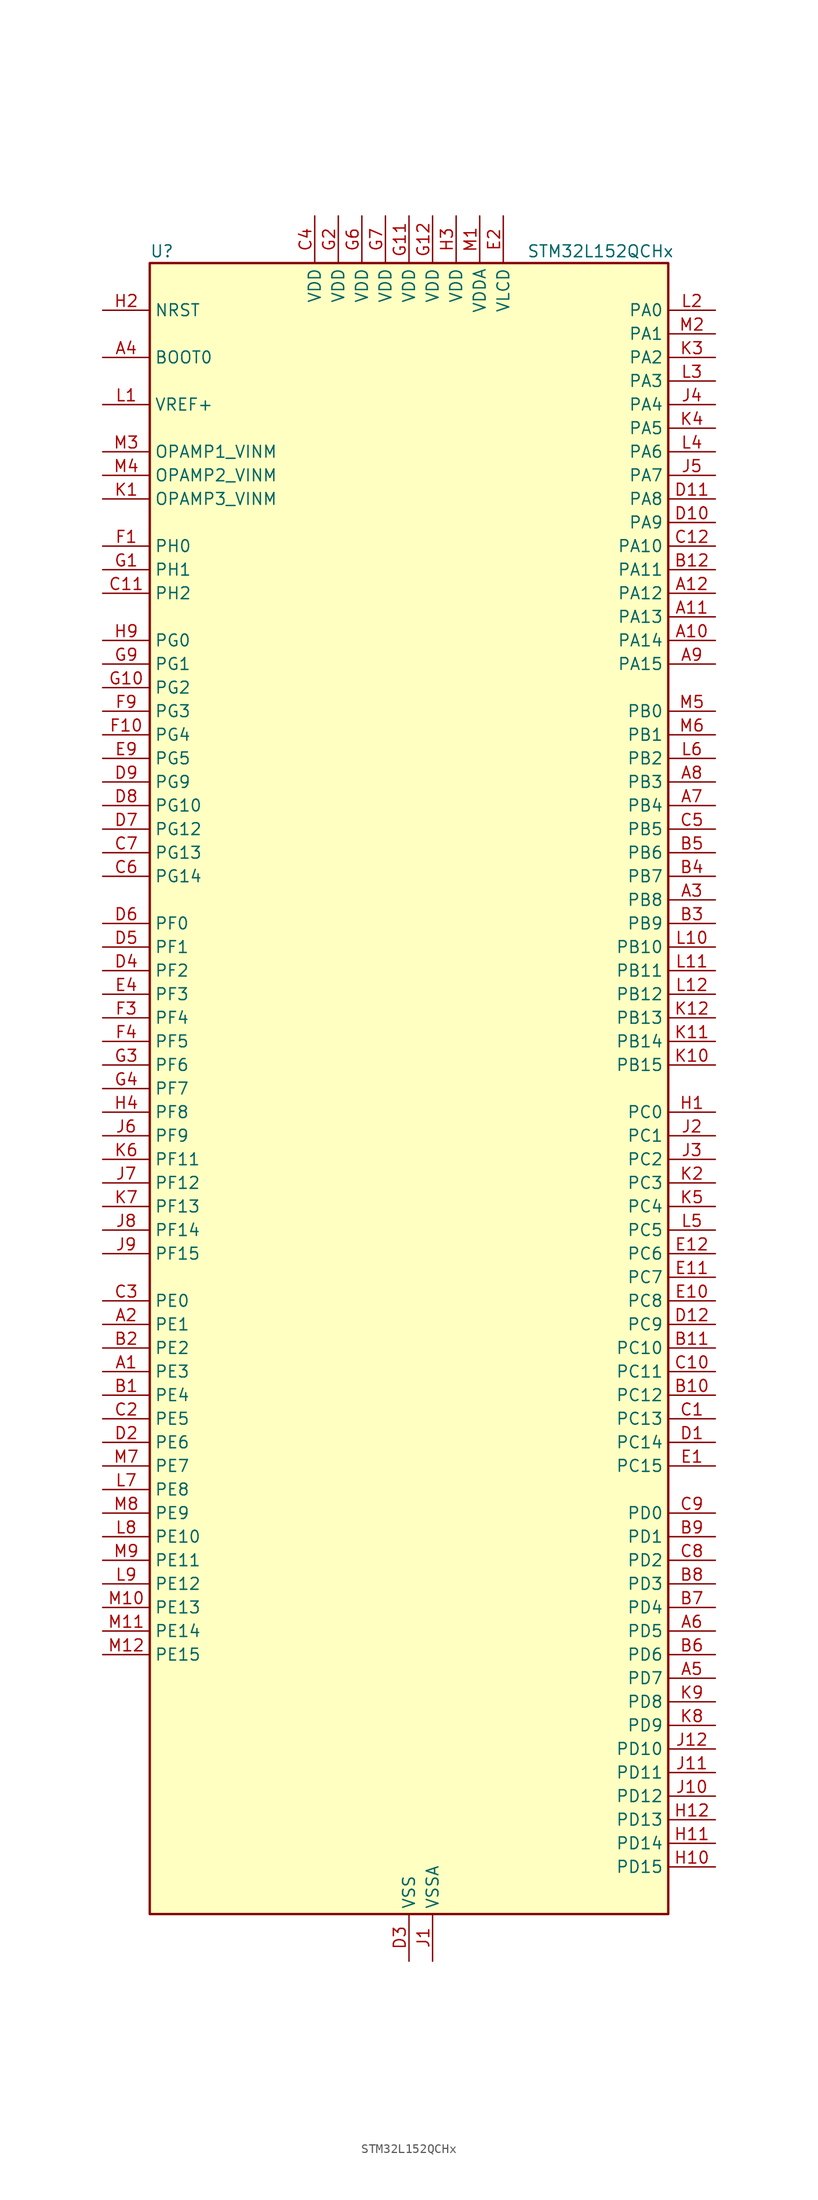
<source format=kicad_sym>
(kicad_symbol_lib
  (version 20241209)
  (generator "kicad_symbol_editor")
  (generator_version "9.0")
  (symbol "STM32L152QCHx"
    (property "Reference" "U"
      (at -27.94 90.17 0)
      (effects (font (size 1.27 1.27)) (justify left)))
    (property "Value" "STM32L152QCHx"
      (at 12.7 90.17 0)
      (effects (font (size 1.27 1.27)) (justify left)))
    (symbol "STM32L152QCHx_0_1"
      (rectangle (start -27.94 -88.9) (end 27.94 88.9) (stroke (width 0.254) (type default)) (fill (type background))))
    (symbol "STM32L152QCHx_1_1"
      (pin input line (at -33.02 83.82 0) (length 5.08) (name "NRST" (effects (font (size 1.27 1.27)))) (number "H2" (effects (font (size 1.27 1.27)))))
      (pin input line (at -33.02 78.74 0) (length 5.08) (name "BOOT0" (effects (font (size 1.27 1.27)))) (number "A4" (effects (font (size 1.27 1.27)))))
      (pin input line (at -33.02 73.66 0) (length 5.08) (name "VREF+" (effects (font (size 1.27 1.27)))) (number "L1" (effects (font (size 1.27 1.27)))))
      (pin input line (at -33.02 68.58 0) (length 5.08) (name "OPAMP1_VINM" (effects (font (size 1.27 1.27)))) (number "M3" (effects (font (size 1.27 1.27)))) (alternate "OPAMP1_VINM" bidirectional line))
      (pin input line (at -33.02 66.04 0) (length 5.08) (name "OPAMP2_VINM" (effects (font (size 1.27 1.27)))) (number "M4" (effects (font (size 1.27 1.27)))) (alternate "OPAMP2_VINM" bidirectional line))
      (pin input line (at -33.02 63.5 0) (length 5.08) (name "OPAMP3_VINM" (effects (font (size 1.27 1.27)))) (number "K1" (effects (font (size 1.27 1.27)))))
      (pin bidirectional line (at -33.02 58.42 0) (length 5.08) (name "PH0" (effects (font (size 1.27 1.27)))) (number "F1" (effects (font (size 1.27 1.27)))) (alternate "RCC_OSC_IN" bidirectional line))
      (pin bidirectional line (at -33.02 55.88 0) (length 5.08) (name "PH1" (effects (font (size 1.27 1.27)))) (number "G1" (effects (font (size 1.27 1.27)))) (alternate "RCC_OSC_OUT" bidirectional line))
      (pin bidirectional line (at -33.02 53.34 0) (length 5.08) (name "PH2" (effects (font (size 1.27 1.27)))) (number "C11" (effects (font (size 1.27 1.27)))))
      (pin bidirectional line (at -33.02 48.26 0) (length 5.08) (name "PG0" (effects (font (size 1.27 1.27)))) (number "H9" (effects (font (size 1.27 1.27)))) (alternate "ADC_IN8b" bidirectional line) (alternate "TS_G2_IO4" bidirectional line))
      (pin bidirectional line (at -33.02 45.72 0) (length 5.08) (name "PG1" (effects (font (size 1.27 1.27)))) (number "G9" (effects (font (size 1.27 1.27)))) (alternate "ADC_IN9b" bidirectional line) (alternate "TS_G2_IO5" bidirectional line))
      (pin bidirectional line (at -33.02 43.18 0) (length 5.08) (name "PG2" (effects (font (size 1.27 1.27)))) (number "G10" (effects (font (size 1.27 1.27)))) (alternate "ADC_IN10b" bidirectional line) (alternate "TS_G7_IO5" bidirectional line))
      (pin bidirectional line (at -33.02 40.64 0) (length 5.08) (name "PG3" (effects (font (size 1.27 1.27)))) (number "F9" (effects (font (size 1.27 1.27)))) (alternate "ADC_IN11b" bidirectional line) (alternate "TS_G7_IO6" bidirectional line))
      (pin bidirectional line (at -33.02 38.1 0) (length 5.08) (name "PG4" (effects (font (size 1.27 1.27)))) (number "F10" (effects (font (size 1.27 1.27)))) (alternate "ADC_IN12b" bidirectional line) (alternate "TS_G7_IO7" bidirectional line))
      (pin bidirectional line (at -33.02 35.56 0) (length 5.08) (name "PG5" (effects (font (size 1.27 1.27)))) (number "E9" (effects (font (size 1.27 1.27)))))
      (pin bidirectional line (at -33.02 33.02 0) (length 5.08) (name "PG9" (effects (font (size 1.27 1.27)))) (number "D9" (effects (font (size 1.27 1.27)))) (alternate "DAC_EXTI9" bidirectional line))
      (pin bidirectional line (at -33.02 30.48 0) (length 5.08) (name "PG10" (effects (font (size 1.27 1.27)))) (number "D8" (effects (font (size 1.27 1.27)))))
      (pin bidirectional line (at -33.02 27.94 0) (length 5.08) (name "PG12" (effects (font (size 1.27 1.27)))) (number "D7" (effects (font (size 1.27 1.27)))))
      (pin bidirectional line (at -33.02 25.4 0) (length 5.08) (name "PG13" (effects (font (size 1.27 1.27)))) (number "C7" (effects (font (size 1.27 1.27)))))
      (pin bidirectional line (at -33.02 22.86 0) (length 5.08) (name "PG14" (effects (font (size 1.27 1.27)))) (number "C6" (effects (font (size 1.27 1.27)))))
      (pin bidirectional line (at -33.02 17.78 0) (length 5.08) (name "PF0" (effects (font (size 1.27 1.27)))) (number "D6" (effects (font (size 1.27 1.27)))))
      (pin bidirectional line (at -33.02 15.24 0) (length 5.08) (name "PF1" (effects (font (size 1.27 1.27)))) (number "D5" (effects (font (size 1.27 1.27)))))
      (pin bidirectional line (at -33.02 12.7 0) (length 5.08) (name "PF2" (effects (font (size 1.27 1.27)))) (number "D4" (effects (font (size 1.27 1.27)))))
      (pin bidirectional line (at -33.02 10.16 0) (length 5.08) (name "PF3" (effects (font (size 1.27 1.27)))) (number "E4" (effects (font (size 1.27 1.27)))))
      (pin bidirectional line (at -33.02 7.62 0) (length 5.08) (name "PF4" (effects (font (size 1.27 1.27)))) (number "F3" (effects (font (size 1.27 1.27)))))
      (pin bidirectional line (at -33.02 5.08 0) (length 5.08) (name "PF5" (effects (font (size 1.27 1.27)))) (number "F4" (effects (font (size 1.27 1.27)))))
      (pin bidirectional line (at -33.02 2.54 0) (length 5.08) (name "PF6" (effects (font (size 1.27 1.27)))) (number "G3" (effects (font (size 1.27 1.27)))) (alternate "ADC_IN27" bidirectional line) (alternate "TIM5_CH1" bidirectional line) (alternate "TIM5_ETR" bidirectional line) (alternate "TS_G11_IO1" bidirectional line))
      (pin bidirectional line (at -33.02 0 0) (length 5.08) (name "PF7" (effects (font (size 1.27 1.27)))) (number "G4" (effects (font (size 1.27 1.27)))) (alternate "ADC_IN28" bidirectional line) (alternate "COMP1_INP" bidirectional line) (alternate "TIM5_CH2" bidirectional line) (alternate "TS_G11_IO2" bidirectional line))
      (pin bidirectional line (at -33.02 -2.54 0) (length 5.08) (name "PF8" (effects (font (size 1.27 1.27)))) (number "H4" (effects (font (size 1.27 1.27)))) (alternate "ADC_IN29" bidirectional line) (alternate "COMP1_INP" bidirectional line) (alternate "TIM5_CH3" bidirectional line) (alternate "TS_G11_IO3" bidirectional line))
      (pin bidirectional line (at -33.02 -5.08 0) (length 5.08) (name "PF9" (effects (font (size 1.27 1.27)))) (number "J6" (effects (font (size 1.27 1.27)))) (alternate "ADC_IN30" bidirectional line) (alternate "COMP1_INP" bidirectional line) (alternate "DAC_EXTI9" bidirectional line) (alternate "TIM5_CH4" bidirectional line) (alternate "TS_G11_IO4" bidirectional line))
      (pin bidirectional line (at -33.02 -7.62 0) (length 5.08) (name "PF11" (effects (font (size 1.27 1.27)))) (number "K6" (effects (font (size 1.27 1.27)))) (alternate "ADC_EXTI11" bidirectional line) (alternate "ADC_IN1b" bidirectional line) (alternate "TS_G3_IO4" bidirectional line))
      (pin bidirectional line (at -33.02 -10.16 0) (length 5.08) (name "PF12" (effects (font (size 1.27 1.27)))) (number "J7" (effects (font (size 1.27 1.27)))) (alternate "ADC_IN2b" bidirectional line) (alternate "TS_G3_IO5" bidirectional line))
      (pin bidirectional line (at -33.02 -12.7 0) (length 5.08) (name "PF13" (effects (font (size 1.27 1.27)))) (number "K7" (effects (font (size 1.27 1.27)))) (alternate "ADC_IN3b" bidirectional line) (alternate "TS_G9_IO3" bidirectional line))
      (pin bidirectional line (at -33.02 -15.24 0) (length 5.08) (name "PF14" (effects (font (size 1.27 1.27)))) (number "J8" (effects (font (size 1.27 1.27)))) (alternate "ADC_IN6b" bidirectional line) (alternate "TS_G9_IO4" bidirectional line))
      (pin bidirectional line (at -33.02 -17.78 0) (length 5.08) (name "PF15" (effects (font (size 1.27 1.27)))) (number "J9" (effects (font (size 1.27 1.27)))) (alternate "ADC_EXTI15" bidirectional line) (alternate "ADC_IN7b" bidirectional line) (alternate "TS_G2_IO3" bidirectional line))
      (pin bidirectional line (at -33.02 -22.86 0) (length 5.08) (name "PE0" (effects (font (size 1.27 1.27)))) (number "C3" (effects (font (size 1.27 1.27)))) (alternate "LCD_SEG36" bidirectional line) (alternate "TIM10_CH1" bidirectional line) (alternate "TIM4_ETR" bidirectional line) (alternate "TIMX_IC1" bidirectional line))
      (pin bidirectional line (at -33.02 -25.4 0) (length 5.08) (name "PE1" (effects (font (size 1.27 1.27)))) (number "A2" (effects (font (size 1.27 1.27)))) (alternate "LCD_SEG37" bidirectional line) (alternate "TIM11_CH1" bidirectional line) (alternate "TIMX_IC2" bidirectional line))
      (pin bidirectional line (at -33.02 -27.94 0) (length 5.08) (name "PE2" (effects (font (size 1.27 1.27)))) (number "B2" (effects (font (size 1.27 1.27)))) (alternate "LCD_SEG38" bidirectional line) (alternate "SYS_TRACECK" bidirectional line) (alternate "TIM3_ETR" bidirectional line) (alternate "TIMX_IC3" bidirectional line))
      (pin bidirectional line (at -33.02 -30.48 0) (length 5.08) (name "PE3" (effects (font (size 1.27 1.27)))) (number "A1" (effects (font (size 1.27 1.27)))) (alternate "LCD_SEG39" bidirectional line) (alternate "SYS_TRACED0" bidirectional line) (alternate "TIM3_CH1" bidirectional line) (alternate "TIMX_IC4" bidirectional line))
      (pin bidirectional line (at -33.02 -33.02 0) (length 5.08) (name "PE4" (effects (font (size 1.27 1.27)))) (number "B1" (effects (font (size 1.27 1.27)))) (alternate "SYS_TRACED1" bidirectional line) (alternate "TIM3_CH2" bidirectional line) (alternate "TIMX_IC1" bidirectional line))
      (pin bidirectional line (at -33.02 -35.56 0) (length 5.08) (name "PE5" (effects (font (size 1.27 1.27)))) (number "C2" (effects (font (size 1.27 1.27)))) (alternate "SYS_TRACED2" bidirectional line) (alternate "TIM9_CH1" bidirectional line) (alternate "TIMX_IC2" bidirectional line))
      (pin bidirectional line (at -33.02 -38.1 0) (length 5.08) (name "PE6" (effects (font (size 1.27 1.27)))) (number "D2" (effects (font (size 1.27 1.27)))) (alternate "RTC_TAMP3" bidirectional line) (alternate "SYS_TRACED3" bidirectional line) (alternate "SYS_WKUP3" bidirectional line) (alternate "TIM9_CH2" bidirectional line) (alternate "TIMX_IC3" bidirectional line))
      (pin bidirectional line (at -33.02 -40.64 0) (length 5.08) (name "PE7" (effects (font (size 1.27 1.27)))) (number "M7" (effects (font (size 1.27 1.27)))) (alternate "ADC_IN22" bidirectional line) (alternate "COMP1_INP" bidirectional line) (alternate "TIMX_IC4" bidirectional line))
      (pin bidirectional line (at -33.02 -43.18 0) (length 5.08) (name "PE8" (effects (font (size 1.27 1.27)))) (number "L7" (effects (font (size 1.27 1.27)))) (alternate "ADC_IN23" bidirectional line) (alternate "COMP1_INP" bidirectional line) (alternate "TIMX_IC1" bidirectional line))
      (pin bidirectional line (at -33.02 -45.72 0) (length 5.08) (name "PE9" (effects (font (size 1.27 1.27)))) (number "M8" (effects (font (size 1.27 1.27)))) (alternate "ADC_IN24" bidirectional line) (alternate "COMP1_INP" bidirectional line) (alternate "DAC_EXTI9" bidirectional line) (alternate "TIM2_CH1" bidirectional line) (alternate "TIM2_ETR" bidirectional line) (alternate "TIMX_IC2" bidirectional line))
      (pin bidirectional line (at -33.02 -48.26 0) (length 5.08) (name "PE10" (effects (font (size 1.27 1.27)))) (number "L8" (effects (font (size 1.27 1.27)))) (alternate "ADC_IN25" bidirectional line) (alternate "COMP1_INP" bidirectional line) (alternate "TIM2_CH2" bidirectional line) (alternate "TIMX_IC3" bidirectional line))
      (pin bidirectional line (at -33.02 -50.8 0) (length 5.08) (name "PE11" (effects (font (size 1.27 1.27)))) (number "M9" (effects (font (size 1.27 1.27)))) (alternate "ADC_EXTI11" bidirectional line) (alternate "TIM2_CH3" bidirectional line) (alternate "TIMX_IC4" bidirectional line))
      (pin bidirectional line (at -33.02 -53.34 0) (length 5.08) (name "PE12" (effects (font (size 1.27 1.27)))) (number "L9" (effects (font (size 1.27 1.27)))) (alternate "SPI1_NSS" bidirectional line) (alternate "TIM2_CH4" bidirectional line) (alternate "TIMX_IC1" bidirectional line))
      (pin bidirectional line (at -33.02 -55.88 0) (length 5.08) (name "PE13" (effects (font (size 1.27 1.27)))) (number "M10" (effects (font (size 1.27 1.27)))) (alternate "SPI1_SCK" bidirectional line) (alternate "TIMX_IC2" bidirectional line))
      (pin bidirectional line (at -33.02 -58.42 0) (length 5.08) (name "PE14" (effects (font (size 1.27 1.27)))) (number "M11" (effects (font (size 1.27 1.27)))) (alternate "SPI1_MISO" bidirectional line) (alternate "TIMX_IC3" bidirectional line))
      (pin bidirectional line (at -33.02 -60.96 0) (length 5.08) (name "PE15" (effects (font (size 1.27 1.27)))) (number "M12" (effects (font (size 1.27 1.27)))) (alternate "ADC_EXTI15" bidirectional line) (alternate "SPI1_MOSI" bidirectional line) (alternate "TIMX_IC4" bidirectional line))
      (pin power_in line (at -10.16 93.98 270) (length 5.08) (name "VDD" (effects (font (size 1.27 1.27)))) (number "C4" (effects (font (size 1.27 1.27)))))
      (pin power_in line (at -7.62 93.98 270) (length 5.08) (name "VDD" (effects (font (size 1.27 1.27)))) (number "G2" (effects (font (size 1.27 1.27)))))
      (pin power_in line (at -5.08 93.98 270) (length 5.08) (name "VDD" (effects (font (size 1.27 1.27)))) (number "G6" (effects (font (size 1.27 1.27)))))
      (pin power_in line (at -2.54 93.98 270) (length 5.08) (name "VDD" (effects (font (size 1.27 1.27)))) (number "G7" (effects (font (size 1.27 1.27)))))
      (pin power_in line (at 0 93.98 270) (length 5.08) (name "VDD" (effects (font (size 1.27 1.27)))) (number "G11" (effects (font (size 1.27 1.27)))))
      (pin power_in line (at 0 -93.98 90) (length 5.08) (name "VSS" (effects (font (size 1.27 1.27)))) (number "D3" (effects (font (size 1.27 1.27)))))
      (pin passive line (at 0 -93.98 90) (length 5.08) (hide yes) (name "VSS" (effects (font (size 1.27 1.27)))) (number "E3" (effects (font (size 1.27 1.27)))))
      (pin passive line (at 0 -93.98 90) (length 5.08) (hide yes) (name "VSS" (effects (font (size 1.27 1.27)))) (number "F11" (effects (font (size 1.27 1.27)))))
      (pin passive line (at 0 -93.98 90) (length 5.08) (hide yes) (name "VSS" (effects (font (size 1.27 1.27)))) (number "F12" (effects (font (size 1.27 1.27)))))
      (pin passive line (at 0 -93.98 90) (length 5.08) (hide yes) (name "VSS" (effects (font (size 1.27 1.27)))) (number "F2" (effects (font (size 1.27 1.27)))))
      (pin passive line (at 0 -93.98 90) (length 5.08) (hide yes) (name "VSS" (effects (font (size 1.27 1.27)))) (number "F6" (effects (font (size 1.27 1.27)))))
      (pin passive line (at 0 -93.98 90) (length 5.08) (hide yes) (name "VSS" (effects (font (size 1.27 1.27)))) (number "F7" (effects (font (size 1.27 1.27)))))
      (pin power_in line (at 2.54 93.98 270) (length 5.08) (name "VDD" (effects (font (size 1.27 1.27)))) (number "G12" (effects (font (size 1.27 1.27)))))
      (pin power_in line (at 2.54 -93.98 90) (length 5.08) (name "VSSA" (effects (font (size 1.27 1.27)))) (number "J1" (effects (font (size 1.27 1.27)))))
      (pin power_in line (at 5.08 93.98 270) (length 5.08) (name "VDD" (effects (font (size 1.27 1.27)))) (number "H3" (effects (font (size 1.27 1.27)))))
      (pin power_in line (at 7.62 93.98 270) (length 5.08) (name "VDDA" (effects (font (size 1.27 1.27)))) (number "M1" (effects (font (size 1.27 1.27)))))
      (pin power_in line (at 10.16 93.98 270) (length 5.08) (name "VLCD" (effects (font (size 1.27 1.27)))) (number "E2" (effects (font (size 1.27 1.27)))))
      (pin bidirectional line (at 33.02 83.82 180) (length 5.08) (name "PA0" (effects (font (size 1.27 1.27)))) (number "L2" (effects (font (size 1.27 1.27)))) (alternate "ADC_IN0" bidirectional line) (alternate "COMP1_INP" bidirectional line) (alternate "RTC_TAMP2" bidirectional line) (alternate "SYS_WKUP1" bidirectional line) (alternate "TIM2_CH1" bidirectional line) (alternate "TIM2_ETR" bidirectional line) (alternate "TIM5_CH1" bidirectional line) (alternate "TIMX_IC1" bidirectional line) (alternate "TS_G1_IO1" bidirectional line) (alternate "USART2_CTS" bidirectional line))
      (pin bidirectional line (at 33.02 81.28 180) (length 5.08) (name "PA1" (effects (font (size 1.27 1.27)))) (number "M2" (effects (font (size 1.27 1.27)))) (alternate "ADC_IN1" bidirectional line) (alternate "COMP1_INP" bidirectional line) (alternate "LCD_SEG0" bidirectional line) (alternate "OPAMP1_VINP" bidirectional line) (alternate "TIM2_CH2" bidirectional line) (alternate "TIM5_CH2" bidirectional line) (alternate "TIMX_IC2" bidirectional line) (alternate "TS_G1_IO2" bidirectional line) (alternate "USART2_RTS" bidirectional line))
      (pin bidirectional line (at 33.02 78.74 180) (length 5.08) (name "PA2" (effects (font (size 1.27 1.27)))) (number "K3" (effects (font (size 1.27 1.27)))) (alternate "ADC_IN2" bidirectional line) (alternate "COMP1_INP" bidirectional line) (alternate "LCD_SEG1" bidirectional line) (alternate "TIM2_CH3" bidirectional line) (alternate "TIM5_CH3" bidirectional line) (alternate "TIM9_CH1" bidirectional line) (alternate "TIMX_IC3" bidirectional line) (alternate "TS_G1_IO3" bidirectional line) (alternate "USART2_TX" bidirectional line))
      (pin bidirectional line (at 33.02 76.2 180) (length 5.08) (name "PA3" (effects (font (size 1.27 1.27)))) (number "L3" (effects (font (size 1.27 1.27)))) (alternate "ADC_IN3" bidirectional line) (alternate "COMP1_INP" bidirectional line) (alternate "LCD_SEG2" bidirectional line) (alternate "OPAMP1_VOUT" bidirectional line) (alternate "TIM2_CH4" bidirectional line) (alternate "TIM5_CH4" bidirectional line) (alternate "TIM9_CH2" bidirectional line) (alternate "TIMX_IC4" bidirectional line) (alternate "TS_G1_IO4" bidirectional line) (alternate "USART2_RX" bidirectional line))
      (pin bidirectional line (at 33.02 73.66 180) (length 5.08) (name "PA4" (effects (font (size 1.27 1.27)))) (number "J4" (effects (font (size 1.27 1.27)))) (alternate "ADC_IN4" bidirectional line) (alternate "COMP1_INP" bidirectional line) (alternate "DAC_OUT1" bidirectional line) (alternate "I2S3_WS" bidirectional line) (alternate "SPI1_NSS" bidirectional line) (alternate "SPI3_NSS" bidirectional line) (alternate "TIMX_IC1" bidirectional line) (alternate "USART2_CK" bidirectional line))
      (pin bidirectional line (at 33.02 71.12 180) (length 5.08) (name "PA5" (effects (font (size 1.27 1.27)))) (number "K4" (effects (font (size 1.27 1.27)))) (alternate "ADC_IN5" bidirectional line) (alternate "COMP1_INP" bidirectional line) (alternate "DAC_OUT2" bidirectional line) (alternate "SPI1_SCK" bidirectional line) (alternate "TIM2_CH1" bidirectional line) (alternate "TIM2_ETR" bidirectional line) (alternate "TIMX_IC2" bidirectional line))
      (pin bidirectional line (at 33.02 68.58 180) (length 5.08) (name "PA6" (effects (font (size 1.27 1.27)))) (number "L4" (effects (font (size 1.27 1.27)))) (alternate "ADC_IN6" bidirectional line) (alternate "COMP1_INP" bidirectional line) (alternate "LCD_SEG3" bidirectional line) (alternate "OPAMP2_VINP" bidirectional line) (alternate "SPI1_MISO" bidirectional line) (alternate "TIM10_CH1" bidirectional line) (alternate "TIM3_CH1" bidirectional line) (alternate "TIMX_IC3" bidirectional line) (alternate "TS_G2_IO1" bidirectional line))
      (pin bidirectional line (at 33.02 66.04 180) (length 5.08) (name "PA7" (effects (font (size 1.27 1.27)))) (number "J5" (effects (font (size 1.27 1.27)))) (alternate "ADC_IN7" bidirectional line) (alternate "COMP1_INP" bidirectional line) (alternate "LCD_SEG4" bidirectional line) (alternate "SPI1_MOSI" bidirectional line) (alternate "TIM11_CH1" bidirectional line) (alternate "TIM3_CH2" bidirectional line) (alternate "TIMX_IC4" bidirectional line) (alternate "TS_G2_IO2" bidirectional line))
      (pin bidirectional line (at 33.02 63.5 180) (length 5.08) (name "PA8" (effects (font (size 1.27 1.27)))) (number "D11" (effects (font (size 1.27 1.27)))) (alternate "LCD_COM0" bidirectional line) (alternate "RCC_MCO" bidirectional line) (alternate "TIMX_IC1" bidirectional line) (alternate "TS_G4_IO1" bidirectional line) (alternate "USART1_CK" bidirectional line))
      (pin bidirectional line (at 33.02 60.96 180) (length 5.08) (name "PA9" (effects (font (size 1.27 1.27)))) (number "D10" (effects (font (size 1.27 1.27)))) (alternate "DAC_EXTI9" bidirectional line) (alternate "LCD_COM1" bidirectional line) (alternate "TIMX_IC2" bidirectional line) (alternate "TS_G4_IO2" bidirectional line) (alternate "USART1_TX" bidirectional line))
      (pin bidirectional line (at 33.02 58.42 180) (length 5.08) (name "PA10" (effects (font (size 1.27 1.27)))) (number "C12" (effects (font (size 1.27 1.27)))) (alternate "LCD_COM2" bidirectional line) (alternate "TIMX_IC3" bidirectional line) (alternate "TS_G4_IO3" bidirectional line) (alternate "USART1_RX" bidirectional line))
      (pin bidirectional line (at 33.02 55.88 180) (length 5.08) (name "PA11" (effects (font (size 1.27 1.27)))) (number "B12" (effects (font (size 1.27 1.27)))) (alternate "ADC_EXTI11" bidirectional line) (alternate "SPI1_MISO" bidirectional line) (alternate "TIMX_IC4" bidirectional line) (alternate "USART1_CTS" bidirectional line) (alternate "USB_DM" bidirectional line))
      (pin bidirectional line (at 33.02 53.34 180) (length 5.08) (name "PA12" (effects (font (size 1.27 1.27)))) (number "A12" (effects (font (size 1.27 1.27)))) (alternate "SPI1_MOSI" bidirectional line) (alternate "TIMX_IC1" bidirectional line) (alternate "USART1_RTS" bidirectional line) (alternate "USB_DP" bidirectional line))
      (pin bidirectional line (at 33.02 50.8 180) (length 5.08) (name "PA13" (effects (font (size 1.27 1.27)))) (number "A11" (effects (font (size 1.27 1.27)))) (alternate "SYS_JTMS-SWDIO" bidirectional line) (alternate "TIMX_IC2" bidirectional line) (alternate "TS_G5_IO1" bidirectional line))
      (pin bidirectional line (at 33.02 48.26 180) (length 5.08) (name "PA14" (effects (font (size 1.27 1.27)))) (number "A10" (effects (font (size 1.27 1.27)))) (alternate "SYS_JTCK-SWCLK" bidirectional line) (alternate "TIMX_IC3" bidirectional line) (alternate "TS_G5_IO2" bidirectional line))
      (pin bidirectional line (at 33.02 45.72 180) (length 5.08) (name "PA15" (effects (font (size 1.27 1.27)))) (number "A9" (effects (font (size 1.27 1.27)))) (alternate "ADC_EXTI15" bidirectional line) (alternate "I2S3_WS" bidirectional line) (alternate "LCD_SEG17" bidirectional line) (alternate "SPI1_NSS" bidirectional line) (alternate "SPI3_NSS" bidirectional line) (alternate "SYS_JTDI" bidirectional line) (alternate "TIM2_CH1" bidirectional line) (alternate "TIM2_ETR" bidirectional line) (alternate "TIMX_IC4" bidirectional line) (alternate "TS_G5_IO3" bidirectional line))
      (pin bidirectional line (at 33.02 40.64 180) (length 5.08) (name "PB0" (effects (font (size 1.27 1.27)))) (number "M5" (effects (font (size 1.27 1.27)))) (alternate "ADC_IN8" bidirectional line) (alternate "COMP1_INP" bidirectional line) (alternate "LCD_SEG5" bidirectional line) (alternate "OPAMP2_VOUT" bidirectional line) (alternate "SYS_V_REF_OUT" bidirectional line) (alternate "TIM3_CH3" bidirectional line) (alternate "TS_G3_IO1" bidirectional line))
      (pin bidirectional line (at 33.02 38.1 180) (length 5.08) (name "PB1" (effects (font (size 1.27 1.27)))) (number "M6" (effects (font (size 1.27 1.27)))) (alternate "ADC_IN9" bidirectional line) (alternate "COMP1_INP" bidirectional line) (alternate "LCD_SEG6" bidirectional line) (alternate "SYS_V_REF_OUT" bidirectional line) (alternate "TIM3_CH4" bidirectional line) (alternate "TS_G3_IO2" bidirectional line))
      (pin bidirectional line (at 33.02 35.56 180) (length 5.08) (name "PB2" (effects (font (size 1.27 1.27)))) (number "L6" (effects (font (size 1.27 1.27)))) (alternate "ADC_IN0b" bidirectional line) (alternate "TS_G3_IO3" bidirectional line))
      (pin bidirectional line (at 33.02 33.02 180) (length 5.08) (name "PB3" (effects (font (size 1.27 1.27)))) (number "A8" (effects (font (size 1.27 1.27)))) (alternate "COMP2_INM" bidirectional line) (alternate "I2S3_CK" bidirectional line) (alternate "LCD_SEG7" bidirectional line) (alternate "SPI1_SCK" bidirectional line) (alternate "SPI3_SCK" bidirectional line) (alternate "SYS_JTDO-TRACESWO" bidirectional line) (alternate "TIM2_CH2" bidirectional line))
      (pin bidirectional line (at 33.02 30.48 180) (length 5.08) (name "PB4" (effects (font (size 1.27 1.27)))) (number "A7" (effects (font (size 1.27 1.27)))) (alternate "COMP2_INP" bidirectional line) (alternate "LCD_SEG8" bidirectional line) (alternate "SPI1_MISO" bidirectional line) (alternate "SPI3_MISO" bidirectional line) (alternate "SYS_JTRST" bidirectional line) (alternate "TIM3_CH1" bidirectional line) (alternate "TS_G6_IO1" bidirectional line))
      (pin bidirectional line (at 33.02 27.94 180) (length 5.08) (name "PB5" (effects (font (size 1.27 1.27)))) (number "C5" (effects (font (size 1.27 1.27)))) (alternate "COMP2_INP" bidirectional line) (alternate "I2C1_SMBA" bidirectional line) (alternate "I2S3_SD" bidirectional line) (alternate "LCD_SEG9" bidirectional line) (alternate "SPI1_MOSI" bidirectional line) (alternate "SPI3_MOSI" bidirectional line) (alternate "TIM3_CH2" bidirectional line) (alternate "TS_G6_IO2" bidirectional line))
      (pin bidirectional line (at 33.02 25.4 180) (length 5.08) (name "PB6" (effects (font (size 1.27 1.27)))) (number "B5" (effects (font (size 1.27 1.27)))) (alternate "COMP2_INP" bidirectional line) (alternate "I2C1_SCL" bidirectional line) (alternate "TIM4_CH1" bidirectional line) (alternate "TS_G6_IO3" bidirectional line) (alternate "USART1_TX" bidirectional line))
      (pin bidirectional line (at 33.02 22.86 180) (length 5.08) (name "PB7" (effects (font (size 1.27 1.27)))) (number "B4" (effects (font (size 1.27 1.27)))) (alternate "COMP2_INP" bidirectional line) (alternate "I2C1_SDA" bidirectional line) (alternate "SYS_PVD_IN" bidirectional line) (alternate "TIM4_CH2" bidirectional line) (alternate "TS_G6_IO4" bidirectional line) (alternate "USART1_RX" bidirectional line))
      (pin bidirectional line (at 33.02 20.32 180) (length 5.08) (name "PB8" (effects (font (size 1.27 1.27)))) (number "A3" (effects (font (size 1.27 1.27)))) (alternate "I2C1_SCL" bidirectional line) (alternate "LCD_SEG16" bidirectional line) (alternate "TIM10_CH1" bidirectional line) (alternate "TIM4_CH3" bidirectional line))
      (pin bidirectional line (at 33.02 17.78 180) (length 5.08) (name "PB9" (effects (font (size 1.27 1.27)))) (number "B3" (effects (font (size 1.27 1.27)))) (alternate "DAC_EXTI9" bidirectional line) (alternate "I2C1_SDA" bidirectional line) (alternate "LCD_COM3" bidirectional line) (alternate "TIM11_CH1" bidirectional line) (alternate "TIM4_CH4" bidirectional line))
      (pin bidirectional line (at 33.02 15.24 180) (length 5.08) (name "PB10" (effects (font (size 1.27 1.27)))) (number "L10" (effects (font (size 1.27 1.27)))) (alternate "I2C2_SCL" bidirectional line) (alternate "LCD_SEG10" bidirectional line) (alternate "TIM2_CH3" bidirectional line) (alternate "USART3_TX" bidirectional line))
      (pin bidirectional line (at 33.02 12.7 180) (length 5.08) (name "PB11" (effects (font (size 1.27 1.27)))) (number "L11" (effects (font (size 1.27 1.27)))) (alternate "ADC_EXTI11" bidirectional line) (alternate "I2C2_SDA" bidirectional line) (alternate "LCD_SEG11" bidirectional line) (alternate "TIM2_CH4" bidirectional line) (alternate "USART3_RX" bidirectional line))
      (pin bidirectional line (at 33.02 10.16 180) (length 5.08) (name "PB12" (effects (font (size 1.27 1.27)))) (number "L12" (effects (font (size 1.27 1.27)))) (alternate "ADC_IN18" bidirectional line) (alternate "COMP1_INP" bidirectional line) (alternate "I2C2_SMBA" bidirectional line) (alternate "I2S2_WS" bidirectional line) (alternate "LCD_SEG12" bidirectional line) (alternate "SPI2_NSS" bidirectional line) (alternate "TIM10_CH1" bidirectional line) (alternate "TS_G7_IO1" bidirectional line) (alternate "USART3_CK" bidirectional line))
      (pin bidirectional line (at 33.02 7.62 180) (length 5.08) (name "PB13" (effects (font (size 1.27 1.27)))) (number "K12" (effects (font (size 1.27 1.27)))) (alternate "ADC_IN19" bidirectional line) (alternate "COMP1_INP" bidirectional line) (alternate "I2S2_CK" bidirectional line) (alternate "LCD_SEG13" bidirectional line) (alternate "SPI2_SCK" bidirectional line) (alternate "TIM9_CH1" bidirectional line) (alternate "TS_G7_IO2" bidirectional line) (alternate "USART3_CTS" bidirectional line))
      (pin bidirectional line (at 33.02 5.08 180) (length 5.08) (name "PB14" (effects (font (size 1.27 1.27)))) (number "K11" (effects (font (size 1.27 1.27)))) (alternate "ADC_IN20" bidirectional line) (alternate "COMP1_INP" bidirectional line) (alternate "LCD_SEG14" bidirectional line) (alternate "SPI2_MISO" bidirectional line) (alternate "TIM9_CH2" bidirectional line) (alternate "TS_G7_IO3" bidirectional line) (alternate "USART3_RTS" bidirectional line))
      (pin bidirectional line (at 33.02 2.54 180) (length 5.08) (name "PB15" (effects (font (size 1.27 1.27)))) (number "K10" (effects (font (size 1.27 1.27)))) (alternate "ADC_EXTI15" bidirectional line) (alternate "ADC_IN21" bidirectional line) (alternate "COMP1_INP" bidirectional line) (alternate "I2S2_SD" bidirectional line) (alternate "LCD_SEG15" bidirectional line) (alternate "RTC_REFIN" bidirectional line) (alternate "SPI2_MOSI" bidirectional line) (alternate "TIM11_CH1" bidirectional line) (alternate "TS_G7_IO4" bidirectional line))
      (pin bidirectional line (at 33.02 -2.54 180) (length 5.08) (name "PC0" (effects (font (size 1.27 1.27)))) (number "H1" (effects (font (size 1.27 1.27)))) (alternate "ADC_IN10" bidirectional line) (alternate "COMP1_INP" bidirectional line) (alternate "LCD_SEG18" bidirectional line) (alternate "TIMX_IC1" bidirectional line) (alternate "TS_G8_IO1" bidirectional line))
      (pin bidirectional line (at 33.02 -5.08 180) (length 5.08) (name "PC1" (effects (font (size 1.27 1.27)))) (number "J2" (effects (font (size 1.27 1.27)))) (alternate "ADC_IN11" bidirectional line) (alternate "COMP1_INP" bidirectional line) (alternate "LCD_SEG19" bidirectional line) (alternate "TIMX_IC2" bidirectional line) (alternate "TS_G8_IO2" bidirectional line))
      (pin bidirectional line (at 33.02 -7.62 180) (length 5.08) (name "PC2" (effects (font (size 1.27 1.27)))) (number "J3" (effects (font (size 1.27 1.27)))) (alternate "ADC_IN12" bidirectional line) (alternate "COMP1_INP" bidirectional line) (alternate "LCD_SEG20" bidirectional line) (alternate "TIMX_IC3" bidirectional line) (alternate "TS_G8_IO3" bidirectional line))
      (pin bidirectional line (at 33.02 -10.16 180) (length 5.08) (name "PC3" (effects (font (size 1.27 1.27)))) (number "K2" (effects (font (size 1.27 1.27)))) (alternate "ADC_IN13" bidirectional line) (alternate "COMP1_INP" bidirectional line) (alternate "LCD_SEG21" bidirectional line) (alternate "TIMX_IC4" bidirectional line) (alternate "TS_G8_IO4" bidirectional line))
      (pin bidirectional line (at 33.02 -12.7 180) (length 5.08) (name "PC4" (effects (font (size 1.27 1.27)))) (number "K5" (effects (font (size 1.27 1.27)))) (alternate "ADC_IN14" bidirectional line) (alternate "COMP1_INP" bidirectional line) (alternate "LCD_SEG22" bidirectional line) (alternate "TIMX_IC1" bidirectional line) (alternate "TS_G9_IO1" bidirectional line))
      (pin bidirectional line (at 33.02 -15.24 180) (length 5.08) (name "PC5" (effects (font (size 1.27 1.27)))) (number "L5" (effects (font (size 1.27 1.27)))) (alternate "ADC_IN15" bidirectional line) (alternate "COMP1_INP" bidirectional line) (alternate "LCD_SEG23" bidirectional line) (alternate "TIMX_IC2" bidirectional line) (alternate "TS_G9_IO2" bidirectional line))
      (pin bidirectional line (at 33.02 -17.78 180) (length 5.08) (name "PC6" (effects (font (size 1.27 1.27)))) (number "E12" (effects (font (size 1.27 1.27)))) (alternate "I2S2_MCK" bidirectional line) (alternate "LCD_SEG24" bidirectional line) (alternate "TIM3_CH1" bidirectional line) (alternate "TIMX_IC3" bidirectional line) (alternate "TS_G10_IO1" bidirectional line))
      (pin bidirectional line (at 33.02 -20.32 180) (length 5.08) (name "PC7" (effects (font (size 1.27 1.27)))) (number "E11" (effects (font (size 1.27 1.27)))) (alternate "I2S3_MCK" bidirectional line) (alternate "LCD_SEG25" bidirectional line) (alternate "TIM3_CH2" bidirectional line) (alternate "TIMX_IC4" bidirectional line) (alternate "TS_G10_IO2" bidirectional line))
      (pin bidirectional line (at 33.02 -22.86 180) (length 5.08) (name "PC8" (effects (font (size 1.27 1.27)))) (number "E10" (effects (font (size 1.27 1.27)))) (alternate "LCD_SEG26" bidirectional line) (alternate "TIM3_CH3" bidirectional line) (alternate "TIMX_IC1" bidirectional line) (alternate "TS_G10_IO3" bidirectional line))
      (pin bidirectional line (at 33.02 -25.4 180) (length 5.08) (name "PC9" (effects (font (size 1.27 1.27)))) (number "D12" (effects (font (size 1.27 1.27)))) (alternate "DAC_EXTI9" bidirectional line) (alternate "LCD_SEG27" bidirectional line) (alternate "TIM3_CH4" bidirectional line) (alternate "TIMX_IC2" bidirectional line) (alternate "TS_G10_IO4" bidirectional line))
      (pin bidirectional line (at 33.02 -27.94 180) (length 5.08) (name "PC10" (effects (font (size 1.27 1.27)))) (number "B11" (effects (font (size 1.27 1.27)))) (alternate "I2S3_CK" bidirectional line) (alternate "LCD_COM4" bidirectional line) (alternate "LCD_SEG28" bidirectional line) (alternate "LCD_SEG40" bidirectional line) (alternate "SPI3_SCK" bidirectional line) (alternate "TIMX_IC3" bidirectional line) (alternate "USART3_TX" bidirectional line))
      (pin bidirectional line (at 33.02 -30.48 180) (length 5.08) (name "PC11" (effects (font (size 1.27 1.27)))) (number "C10" (effects (font (size 1.27 1.27)))) (alternate "ADC_EXTI11" bidirectional line) (alternate "LCD_COM5" bidirectional line) (alternate "LCD_SEG29" bidirectional line) (alternate "LCD_SEG41" bidirectional line) (alternate "SPI3_MISO" bidirectional line) (alternate "TIMX_IC4" bidirectional line) (alternate "USART3_RX" bidirectional line))
      (pin bidirectional line (at 33.02 -33.02 180) (length 5.08) (name "PC12" (effects (font (size 1.27 1.27)))) (number "B10" (effects (font (size 1.27 1.27)))) (alternate "I2S3_SD" bidirectional line) (alternate "LCD_COM6" bidirectional line) (alternate "LCD_SEG30" bidirectional line) (alternate "LCD_SEG42" bidirectional line) (alternate "SPI3_MOSI" bidirectional line) (alternate "TIMX_IC1" bidirectional line) (alternate "USART3_CK" bidirectional line))
      (pin bidirectional line (at 33.02 -35.56 180) (length 5.08) (name "PC13" (effects (font (size 1.27 1.27)))) (number "C1" (effects (font (size 1.27 1.27)))) (alternate "RTC_OUT_ALARM" bidirectional line) (alternate "RTC_OUT_CALIB" bidirectional line) (alternate "RTC_TAMP1" bidirectional line) (alternate "RTC_TS" bidirectional line) (alternate "SYS_WKUP2" bidirectional line) (alternate "TIMX_IC2" bidirectional line))
      (pin bidirectional line (at 33.02 -38.1 180) (length 5.08) (name "PC14" (effects (font (size 1.27 1.27)))) (number "D1" (effects (font (size 1.27 1.27)))) (alternate "RCC_OSC32_IN" bidirectional line) (alternate "TIMX_IC3" bidirectional line))
      (pin bidirectional line (at 33.02 -40.64 180) (length 5.08) (name "PC15" (effects (font (size 1.27 1.27)))) (number "E1" (effects (font (size 1.27 1.27)))) (alternate "ADC_EXTI15" bidirectional line) (alternate "RCC_OSC32_OUT" bidirectional line) (alternate "TIMX_IC4" bidirectional line))
      (pin bidirectional line (at 33.02 -45.72 180) (length 5.08) (name "PD0" (effects (font (size 1.27 1.27)))) (number "C9" (effects (font (size 1.27 1.27)))) (alternate "I2S2_WS" bidirectional line) (alternate "SPI2_NSS" bidirectional line) (alternate "TIM9_CH1" bidirectional line) (alternate "TIMX_IC1" bidirectional line))
      (pin bidirectional line (at 33.02 -48.26 180) (length 5.08) (name "PD1" (effects (font (size 1.27 1.27)))) (number "B9" (effects (font (size 1.27 1.27)))) (alternate "I2S2_CK" bidirectional line) (alternate "SPI2_SCK" bidirectional line) (alternate "TIMX_IC2" bidirectional line))
      (pin bidirectional line (at 33.02 -50.8 180) (length 5.08) (name "PD2" (effects (font (size 1.27 1.27)))) (number "C8" (effects (font (size 1.27 1.27)))) (alternate "LCD_COM7" bidirectional line) (alternate "LCD_SEG31" bidirectional line) (alternate "LCD_SEG43" bidirectional line) (alternate "TIM3_ETR" bidirectional line) (alternate "TIMX_IC3" bidirectional line))
      (pin bidirectional line (at 33.02 -53.34 180) (length 5.08) (name "PD3" (effects (font (size 1.27 1.27)))) (number "B8" (effects (font (size 1.27 1.27)))) (alternate "SPI2_MISO" bidirectional line) (alternate "TIMX_IC4" bidirectional line) (alternate "USART2_CTS" bidirectional line))
      (pin bidirectional line (at 33.02 -55.88 180) (length 5.08) (name "PD4" (effects (font (size 1.27 1.27)))) (number "B7" (effects (font (size 1.27 1.27)))) (alternate "I2S2_SD" bidirectional line) (alternate "SPI2_MOSI" bidirectional line) (alternate "TIMX_IC1" bidirectional line) (alternate "USART2_RTS" bidirectional line))
      (pin bidirectional line (at 33.02 -58.42 180) (length 5.08) (name "PD5" (effects (font (size 1.27 1.27)))) (number "A6" (effects (font (size 1.27 1.27)))) (alternate "TIMX_IC2" bidirectional line) (alternate "USART2_TX" bidirectional line))
      (pin bidirectional line (at 33.02 -60.96 180) (length 5.08) (name "PD6" (effects (font (size 1.27 1.27)))) (number "B6" (effects (font (size 1.27 1.27)))) (alternate "TIMX_IC3" bidirectional line) (alternate "USART2_RX" bidirectional line))
      (pin bidirectional line (at 33.02 -63.5 180) (length 5.08) (name "PD7" (effects (font (size 1.27 1.27)))) (number "A5" (effects (font (size 1.27 1.27)))) (alternate "TIM9_CH2" bidirectional line) (alternate "TIMX_IC4" bidirectional line) (alternate "USART2_CK" bidirectional line))
      (pin bidirectional line (at 33.02 -66.04 180) (length 5.08) (name "PD8" (effects (font (size 1.27 1.27)))) (number "K9" (effects (font (size 1.27 1.27)))) (alternate "LCD_SEG28" bidirectional line) (alternate "TIMX_IC1" bidirectional line) (alternate "USART3_TX" bidirectional line))
      (pin bidirectional line (at 33.02 -68.58 180) (length 5.08) (name "PD9" (effects (font (size 1.27 1.27)))) (number "K8" (effects (font (size 1.27 1.27)))) (alternate "DAC_EXTI9" bidirectional line) (alternate "LCD_SEG29" bidirectional line) (alternate "TIMX_IC2" bidirectional line) (alternate "USART3_RX" bidirectional line))
      (pin bidirectional line (at 33.02 -71.12 180) (length 5.08) (name "PD10" (effects (font (size 1.27 1.27)))) (number "J12" (effects (font (size 1.27 1.27)))) (alternate "LCD_SEG30" bidirectional line) (alternate "TIMX_IC3" bidirectional line) (alternate "USART3_CK" bidirectional line))
      (pin bidirectional line (at 33.02 -73.66 180) (length 5.08) (name "PD11" (effects (font (size 1.27 1.27)))) (number "J11" (effects (font (size 1.27 1.27)))) (alternate "ADC_EXTI11" bidirectional line) (alternate "LCD_SEG31" bidirectional line) (alternate "TIMX_IC4" bidirectional line) (alternate "USART3_CTS" bidirectional line))
      (pin bidirectional line (at 33.02 -76.2 180) (length 5.08) (name "PD12" (effects (font (size 1.27 1.27)))) (number "J10" (effects (font (size 1.27 1.27)))) (alternate "LCD_SEG32" bidirectional line) (alternate "TIM4_CH1" bidirectional line) (alternate "TIMX_IC1" bidirectional line) (alternate "USART3_RTS" bidirectional line))
      (pin bidirectional line (at 33.02 -78.74 180) (length 5.08) (name "PD13" (effects (font (size 1.27 1.27)))) (number "H12" (effects (font (size 1.27 1.27)))) (alternate "LCD_SEG33" bidirectional line) (alternate "TIM4_CH2" bidirectional line) (alternate "TIMX_IC2" bidirectional line))
      (pin bidirectional line (at 33.02 -81.28 180) (length 5.08) (name "PD14" (effects (font (size 1.27 1.27)))) (number "H11" (effects (font (size 1.27 1.27)))) (alternate "LCD_SEG34" bidirectional line) (alternate "TIM4_CH3" bidirectional line) (alternate "TIMX_IC3" bidirectional line))
      (pin bidirectional line (at 33.02 -83.82 180) (length 5.08) (name "PD15" (effects (font (size 1.27 1.27)))) (number "H10" (effects (font (size 1.27 1.27)))) (alternate "ADC_EXTI15" bidirectional line) (alternate "LCD_SEG35" bidirectional line) (alternate "TIM4_CH4" bidirectional line) (alternate "TIMX_IC4" bidirectional line)))))
</source>
